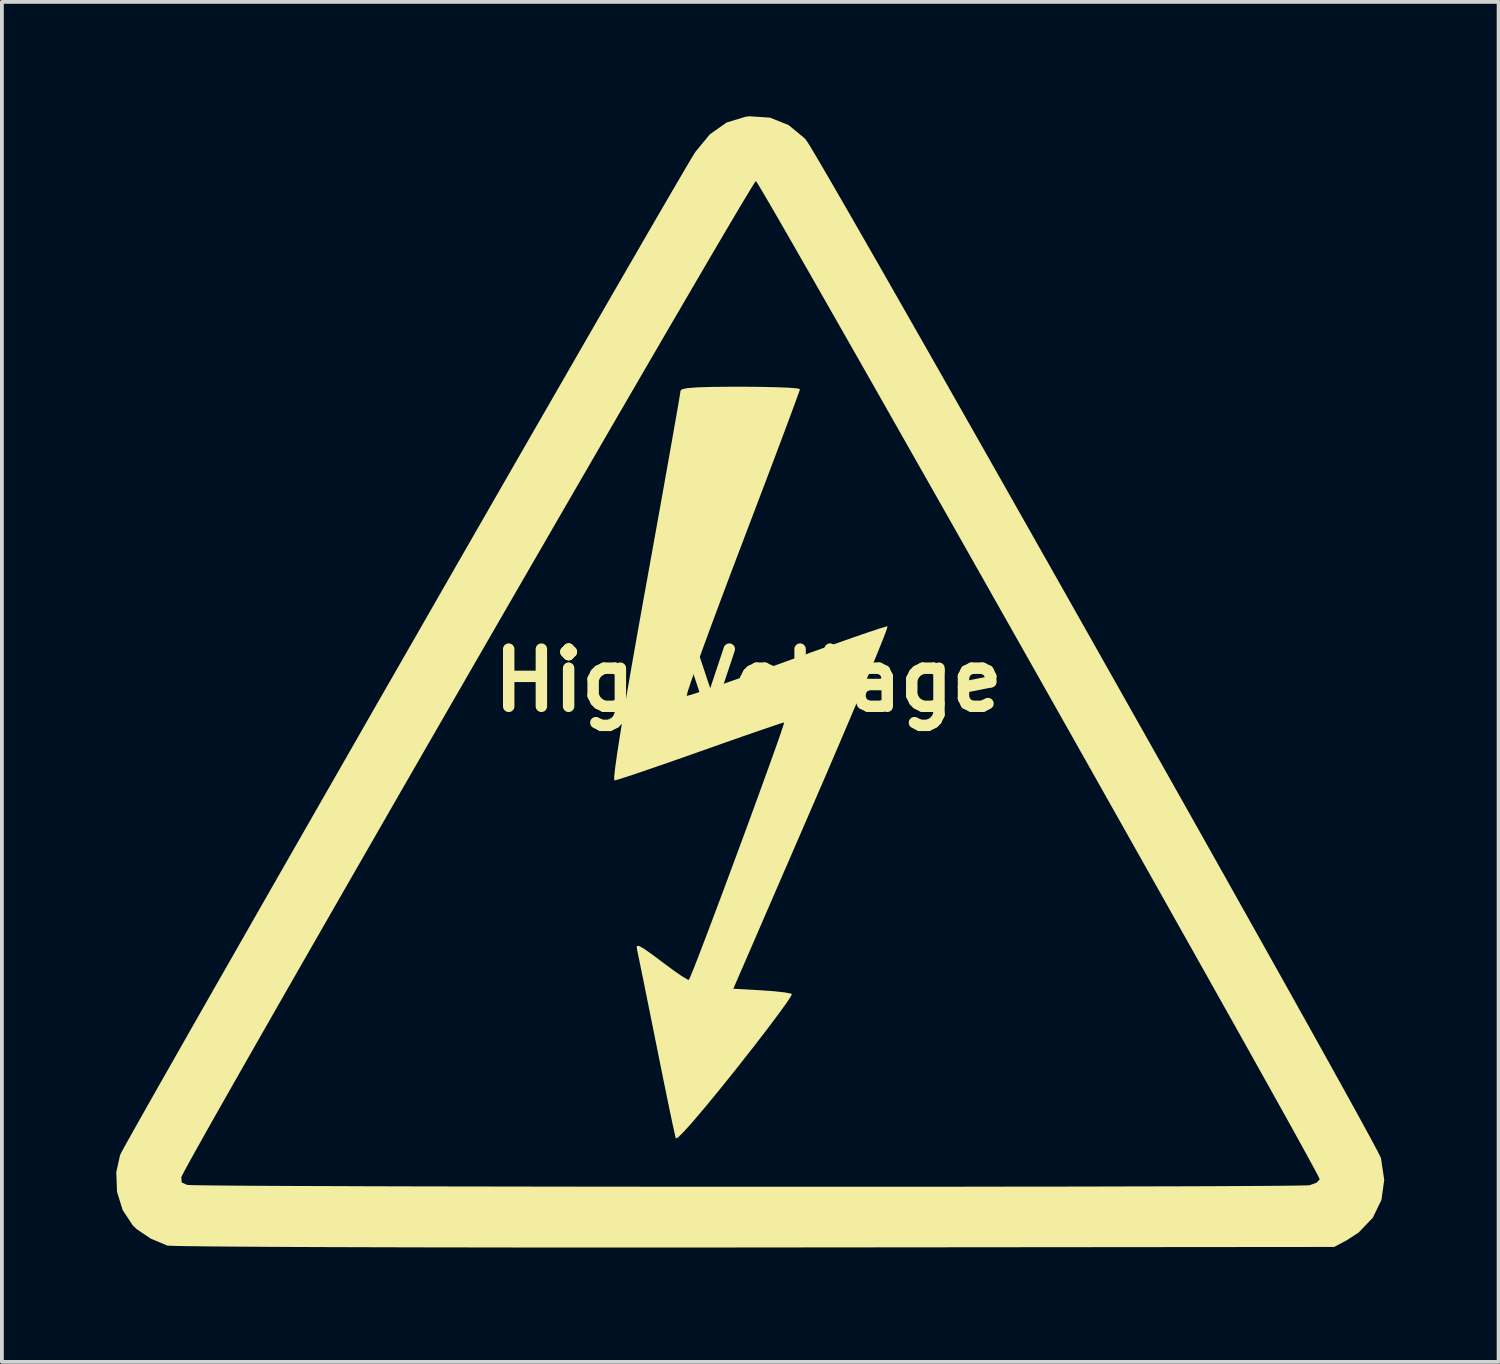
<source format=kicad_pcb>
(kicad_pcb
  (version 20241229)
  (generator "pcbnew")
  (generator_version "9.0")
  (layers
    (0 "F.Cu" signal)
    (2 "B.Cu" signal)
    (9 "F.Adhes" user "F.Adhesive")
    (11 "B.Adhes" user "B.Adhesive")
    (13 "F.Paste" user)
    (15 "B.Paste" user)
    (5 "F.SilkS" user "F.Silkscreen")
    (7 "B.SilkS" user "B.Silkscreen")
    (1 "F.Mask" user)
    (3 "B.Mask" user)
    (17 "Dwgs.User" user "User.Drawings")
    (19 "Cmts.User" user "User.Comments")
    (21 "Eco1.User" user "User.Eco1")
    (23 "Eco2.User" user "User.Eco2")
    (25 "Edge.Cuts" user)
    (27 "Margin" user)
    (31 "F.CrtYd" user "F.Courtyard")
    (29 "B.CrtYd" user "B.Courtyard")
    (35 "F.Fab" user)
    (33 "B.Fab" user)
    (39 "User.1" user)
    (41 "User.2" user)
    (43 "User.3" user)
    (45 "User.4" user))
  (footprint "HighVoltage"
    (layer "F.Cu")
    (at 16.579 14.798)
    (property "Reference" "HighVoltage" (at 0 0 0) (layer "F.SilkS") (effects (font (size 1.5 1.5) (thickness 0.3))))
    (attr board_only exclude_from_pos_files exclude_from_bom)
    (fp_poly (pts (xy 0.282 -7.701) (xy 0.712 -7.692) (xy 1.052 -7.679) (xy 1.275 -7.661) (xy 1.355 -7.641) (xy 1.325 -7.552) (xy 1.241 -7.32) (xy 1.108 -6.96) (xy 0.932 -6.488) (xy 0.718 -5.918) (xy 0.472 -5.267) (xy 0.199 -4.549) (xy -0.093 -3.779) (xy -0.162 -3.598) (xy -0.457 -2.821) (xy -0.73 -2.093) (xy -0.977 -1.43) (xy -1.192 -0.845) (xy -1.368 -0.355) (xy -1.502 0.025) (xy -1.587 0.282) (xy -1.617 0.399) (xy -1.616 0.404) (xy -1.524 0.382) (xy -1.293 0.308) (xy -0.941 0.189) (xy -0.488 0.031) (xy 0.046 -0.158) (xy 0.643 -0.373) (xy 1.016 -0.508) (xy 1.641 -0.734) (xy 2.214 -0.939) (xy 2.718 -1.116) (xy 3.132 -1.259) (xy 3.437 -1.36) (xy 3.614 -1.414) (xy 3.651 -1.42) (xy 3.63 -1.341) (xy 3.547 -1.119) (xy 3.407 -0.77) (xy 3.216 -0.305) (xy 2.979 0.262) (xy 2.703 0.917) (xy 2.392 1.646) (xy 2.053 2.438) (xy 1.69 3.277) (xy 1.661 3.344) (xy -0.394 8.086) (xy 0.347 8.128) (xy 0.685 8.153) (xy 0.956 8.183) (xy 1.118 8.214) (xy 1.142 8.226) (xy 1.106 8.303) (xy 0.975 8.496) (xy 0.764 8.786) (xy 0.485 9.158) (xy 0.15 9.593) (xy -0.229 10.075) (xy -0.331 10.205) (xy -0.767 10.747) (xy -1.145 11.207) (xy -1.457 11.574) (xy -1.693 11.837) (xy -1.845 11.986) (xy -1.902 12.012) (xy -1.929 11.901) (xy -1.985 11.647) (xy -2.064 11.271) (xy -2.162 10.797) (xy -2.274 10.246) (xy -2.396 9.641) (xy -2.411 9.567) (xy -2.534 8.953) (xy -2.649 8.385) (xy -2.749 7.887) (xy -2.832 7.482) (xy -2.891 7.195) (xy -2.922 7.048) (xy -2.923 7.042) (xy -2.926 6.967) (xy -2.87 6.963) (xy -2.735 7.038) (xy -2.502 7.203) (xy -2.283 7.368) (xy -1.994 7.582) (xy -1.758 7.747) (xy -1.604 7.841) (xy -1.562 7.855) (xy -1.519 7.764) (xy -1.426 7.537) (xy -1.292 7.193) (xy -1.123 6.752) (xy -0.927 6.233) (xy -0.711 5.658) (xy -0.482 5.044) (xy -0.248 4.413) (xy -0.016 3.784) (xy 0.206 3.177) (xy 0.412 2.611) (xy 0.594 2.107) (xy 0.745 1.684) (xy 0.857 1.363) (xy 0.923 1.162) (xy 0.937 1.101) (xy 0.845 1.128) (xy 0.615 1.205) (xy 0.267 1.324) (xy -0.176 1.477) (xy -0.693 1.659) (xy -1.262 1.86) (xy -1.27 1.863) (xy -1.843 2.065) (xy -2.365 2.246) (xy -2.815 2.401) (xy -3.171 2.52) (xy -3.411 2.597) (xy -3.514 2.625) (xy -3.514 2.625) (xy -3.52 2.542) (xy -3.495 2.298) (xy -3.438 1.895) (xy -3.351 1.338) (xy -3.234 0.631) (xy -3.088 -0.221) (xy -2.913 -1.216) (xy -2.71 -2.349) (xy -2.694 -2.434) (xy -2.531 -3.339) (xy -2.377 -4.195) (xy -2.235 -4.988) (xy -2.108 -5.704) (xy -1.997 -6.327) (xy -1.907 -6.842) (xy -1.838 -7.236) (xy -1.795 -7.493) (xy -1.779 -7.598) (xy -1.779 -7.599) (xy -1.738 -7.638) (xy -1.604 -7.667) (xy -1.359 -7.687) (xy -0.986 -7.699) (xy -0.469 -7.704) (xy -0.212 -7.705)) (stroke (width 0) (type solid)) (fill yes) (layer "F.SilkS"))
    (fp_poly (pts (xy 0.569 -14.762) (xy 1.055 -14.568) (xy 1.471 -14.225) (xy 1.517 -14.171) (xy 1.59 -14.061) (xy 1.739 -13.812) (xy 1.961 -13.435) (xy 2.25 -12.938) (xy 2.601 -12.33) (xy 3.008 -11.621) (xy 3.467 -10.82) (xy 3.972 -9.935) (xy 4.519 -8.976) (xy 5.101 -7.953) (xy 5.714 -6.873) (xy 6.353 -5.747) (xy 7.012 -4.583) (xy 7.687 -3.391) (xy 8.372 -2.18) (xy 9.062 -0.958) (xy 9.752 0.264) (xy 10.437 1.479) (xy 11.112 2.676) (xy 11.771 3.847) (xy 12.409 4.982) (xy 13.021 6.073) (xy 13.603 7.11) (xy 14.148 8.084) (xy 14.652 8.986) (xy 15.109 9.807) (xy 15.515 10.538) (xy 15.864 11.169) (xy 16.151 11.692) (xy 16.371 12.097) (xy 16.519 12.376) (xy 16.589 12.518) (xy 16.594 12.531) (xy 16.679 13.1) (xy 16.606 13.626) (xy 16.38 14.091) (xy 16.009 14.48) (xy 15.706 14.677) (xy 15.367 14.859) (xy 0.169 14.873) (xy -1.425 14.875) (xy -2.975 14.875) (xy -4.473 14.875) (xy -5.909 14.874) (xy -7.276 14.872) (xy -8.564 14.87) (xy -9.765 14.867) (xy -10.87 14.864) (xy -11.871 14.86) (xy -12.759 14.855) (xy -13.526 14.85) (xy -14.162 14.845) (xy -14.66 14.839) (xy -15.01 14.833) (xy -15.204 14.826) (xy -15.241 14.823) (xy -15.672 14.642) (xy -16.039 14.396) (xy -16.146 14.294) (xy -16.412 13.892) (xy -16.56 13.41) (xy -16.574 13.033) (xy -14.875 13.033) (xy -14.862 13.169) (xy -14.719 13.232) (xy -14.607 13.237) (xy -14.336 13.242) (xy -13.917 13.247) (xy -13.361 13.252) (xy -12.678 13.256) (xy -11.879 13.26) (xy -10.975 13.263) (xy -9.976 13.267) (xy -8.893 13.27) (xy -7.737 13.272) (xy -6.518 13.274) (xy -5.247 13.276) (xy -3.934 13.278) (xy -2.591 13.279) (xy -1.227 13.28) (xy 0.146 13.28) (xy 1.518 13.28) (xy 2.878 13.28) (xy 4.216 13.28) (xy 5.521 13.279) (xy 6.782 13.277) (xy 7.989 13.276) (xy 9.13 13.274) (xy 10.196 13.271) (xy 11.176 13.269) (xy 12.059 13.266) (xy 12.834 13.262) (xy 13.491 13.258) (xy 14.019 13.254) (xy 14.408 13.249) (xy 14.646 13.244) (xy 14.721 13.24) (xy 14.904 13.174) (xy 14.986 13.086) (xy 14.986 13.081) (xy 14.945 12.995) (xy 14.826 12.771) (xy 14.633 12.418) (xy 14.373 11.945) (xy 14.049 11.361) (xy 13.667 10.676) (xy 13.233 9.898) (xy 12.751 9.037) (xy 12.226 8.102) (xy 11.664 7.101) (xy 11.07 6.044) (xy 10.449 4.94) (xy 9.805 3.797) (xy 9.145 2.626) (xy 8.473 1.434) (xy 7.794 0.232) (xy 7.114 -0.972) (xy 6.437 -2.169) (xy 5.77 -3.349) (xy 5.116 -4.504) (xy 4.48 -5.625) (xy 3.869 -6.702) (xy 3.288 -7.726) (xy 2.74 -8.689) (xy 2.232 -9.581) (xy 1.769 -10.393) (xy 1.355 -11.117) (xy 0.997 -11.742) (xy 0.698 -12.26) (xy 0.464 -12.662) (xy 0.3 -12.939) (xy 0.212 -13.081) (xy 0.198 -13.1) (xy 0.149 -13.03) (xy 0.021 -12.823) (xy -0.182 -12.487) (xy -0.452 -12.031) (xy -0.786 -11.464) (xy -1.179 -10.794) (xy -1.624 -10.032) (xy -2.118 -9.186) (xy -2.654 -8.264) (xy -3.228 -7.277) (xy -3.834 -6.232) (xy -4.467 -5.139) (xy -5.122 -4.007) (xy -5.794 -2.845) (xy -6.478 -1.661) (xy -7.168 -0.466) (xy -7.859 0.733) (xy -8.547 1.926) (xy -9.225 3.105) (xy -9.889 4.26) (xy -10.534 5.382) (xy -11.154 6.462) (xy -11.745 7.492) (xy -12.3 8.462) (xy -12.815 9.364) (xy -13.285 10.188) (xy -13.704 10.925) (xy -14.068 11.567) (xy -14.37 12.105) (xy -14.607 12.529) (xy -14.772 12.83) (xy -14.861 13) (xy -14.875 13.033) (xy -16.574 13.033) (xy -16.579 12.897) (xy -16.479 12.446) (xy -16.427 12.345) (xy -16.296 12.107) (xy -16.09 11.74) (xy -15.816 11.254) (xy -15.479 10.658) (xy -15.082 9.96) (xy -14.633 9.17) (xy -14.136 8.297) (xy -13.595 7.351) (xy -13.018 6.339) (xy -12.408 5.272) (xy -11.771 4.159) (xy -11.112 3.008) (xy -10.436 1.828) (xy -9.75 0.629) (xy -9.056 -0.579) (xy -8.362 -1.789) (xy -7.673 -2.991) (xy -6.992 -4.176) (xy -6.327 -5.334) (xy -5.681 -6.457) (xy -5.06 -7.535) (xy -4.47 -8.56) (xy -3.916 -9.522) (xy -3.402 -10.413) (xy -2.934 -11.222) (xy -2.518 -11.941) (xy -2.157 -12.562) (xy -1.859 -13.073) (xy -1.628 -13.468) (xy -1.469 -13.736) (xy -1.39 -13.863) (xy -1.007 -14.328) (xy -0.569 -14.635) (xy -0.07 -14.787) (xy 0.035 -14.798)) (stroke (width 0) (type solid)) (fill yes) (layer "F.SilkS")))
  (gr_rect
    (start -3 -3)
    (end 36.258 32.673)
    (stroke (width 0.1) (type default))
    (fill no)
    (layer "Edge.Cuts")))
</source>
